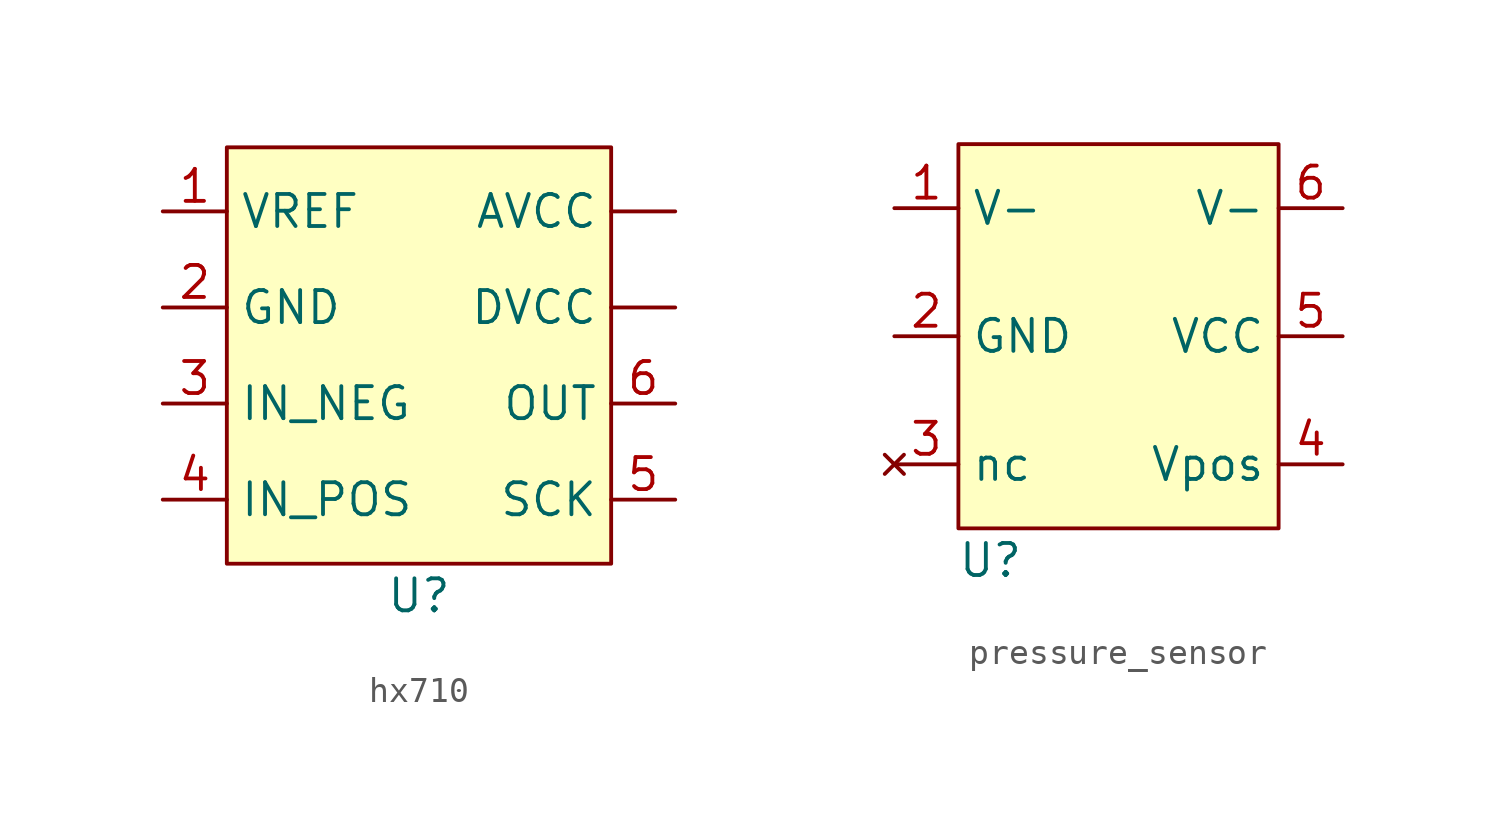
<source format=kicad_sym>
(kicad_symbol_lib
  (version 20220914)
  (generator kicad_symbol_editor)
  (symbol "hx710"
    (property "Reference" "U"
      (at 0 -10.16 0)
      (effects (font (size 1.27 1.27))))
    (property "Value" ""
      (at 0 0 0)
      (effects (font (size 1.27 1.27))))
    (symbol "hx710_1_1"
      (rectangle (start -7.62 7.62) (end 7.62 -8.89) (stroke (width 0) (type default)) (fill (type background)))
      (pin input line (at 10.16 5.08 180) (length 2.54) (name "AVCC" (effects (font (size 1.27 1.27)))) (number "" (effects (font (size 1.27 1.27)))))
      (pin input line (at 10.16 1.27 180) (length 2.54) (name "DVCC" (effects (font (size 1.27 1.27)))) (number "" (effects (font (size 1.27 1.27)))))
      (pin input line (at -10.16 5.08 0) (length 2.54) (name "VREF" (effects (font (size 1.27 1.27)))) (number "1" (effects (font (size 1.27 1.27)))))
      (pin input line (at -10.16 1.27 0) (length 2.54) (name "GND" (effects (font (size 1.27 1.27)))) (number "2" (effects (font (size 1.27 1.27)))))
      (pin input line (at -10.16 -2.54 0) (length 2.54) (name "IN_NEG" (effects (font (size 1.27 1.27)))) (number "3" (effects (font (size 1.27 1.27)))))
      (pin input line (at -10.16 -6.35 0) (length 2.54) (name "IN_POS" (effects (font (size 1.27 1.27)))) (number "4" (effects (font (size 1.27 1.27)))))
      (pin input line (at 10.16 -6.35 180) (length 2.54) (name "SCK" (effects (font (size 1.27 1.27)))) (number "5" (effects (font (size 1.27 1.27)))))
      (pin output line (at 10.16 -2.54 180) (length 2.54) (name "OUT" (effects (font (size 1.27 1.27)))) (number "6" (effects (font (size 1.27 1.27)))))))
  (symbol "pressure_sensor"
    (property "Reference" "U"
      (at -5.08 -8.89 0)
      (effects (font (size 1.27 1.27))))
    (property "Value" ""
      (at 0 0 0)
      (effects (font (size 1.27 1.27))))
    (symbol "pressure_sensor_1_1"
      (rectangle (start -6.35 7.62) (end 6.35 -7.62) (stroke (width 0) (type default)) (fill (type background)))
      (pin input line (at -8.89 5.08 0) (length 2.54) (name "V-" (effects (font (size 1.27 1.27)))) (number "1" (effects (font (size 1.27 1.27)))))
      (pin input line (at -8.89 0 0) (length 2.54) (name "GND" (effects (font (size 1.27 1.27)))) (number "2" (effects (font (size 1.27 1.27)))))
      (pin no_connect line (at -8.89 -5.08 0) (length 2.54) (name "nc" (effects (font (size 1.27 1.27)))) (number "3" (effects (font (size 1.27 1.27)))))
      (pin input line (at 8.89 -5.08 180) (length 2.54) (name "Vpos" (effects (font (size 1.27 1.27)))) (number "4" (effects (font (size 1.27 1.27)))))
      (pin input line (at 8.89 0 180) (length 2.54) (name "VCC" (effects (font (size 1.27 1.27)))) (number "5" (effects (font (size 1.27 1.27)))))
      (pin input line (at 8.89 5.08 180) (length 2.54) (name "V-" (effects (font (size 1.27 1.27)))) (number "6" (effects (font (size 1.27 1.27))))))))
</source>
